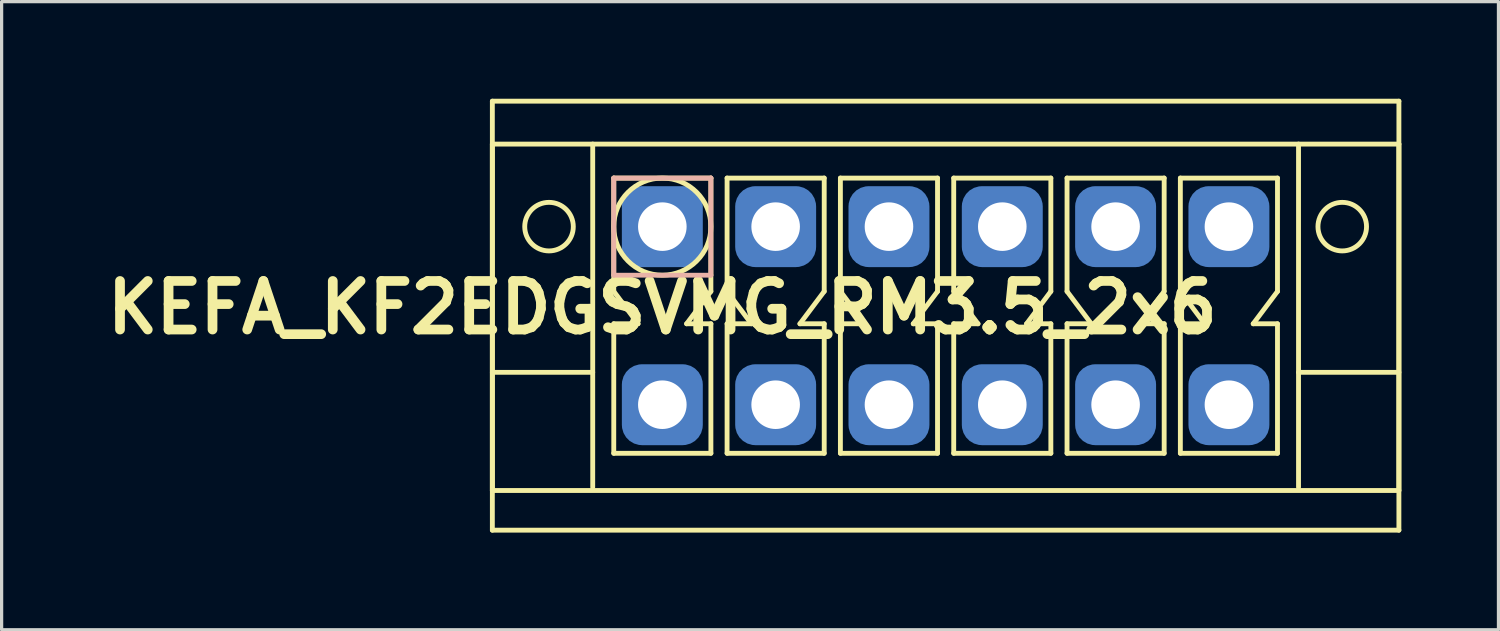
<source format=kicad_pcb>
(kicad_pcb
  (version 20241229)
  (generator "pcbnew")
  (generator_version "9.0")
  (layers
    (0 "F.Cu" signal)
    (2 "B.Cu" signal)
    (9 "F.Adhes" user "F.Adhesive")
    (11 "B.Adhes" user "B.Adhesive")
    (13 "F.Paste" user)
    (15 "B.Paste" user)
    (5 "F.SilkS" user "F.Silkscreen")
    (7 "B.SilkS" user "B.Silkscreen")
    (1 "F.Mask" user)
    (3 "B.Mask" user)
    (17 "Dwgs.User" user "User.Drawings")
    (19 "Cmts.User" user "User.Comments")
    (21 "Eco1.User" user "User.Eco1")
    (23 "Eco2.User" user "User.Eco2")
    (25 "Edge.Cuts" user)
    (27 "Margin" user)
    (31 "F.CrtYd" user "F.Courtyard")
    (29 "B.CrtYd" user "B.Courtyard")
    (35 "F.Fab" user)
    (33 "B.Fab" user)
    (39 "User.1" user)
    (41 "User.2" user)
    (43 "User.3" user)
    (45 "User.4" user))
  (footprint "KEFA_KF2EDGSVMG_RM3.5_2x6"
    (layer "F.Cu")
    (at 17.407 3.95)
    (property "Reference" "KEFA_KF2EDGSVMG_RM3.5_2x6" (at 0 2.5 0) (layer "F.SilkS") (effects (font (size 1.5 1.5) (thickness 0.3))))
    (attr through_hole)
    (fp_line (start -5.25 -3.875) (end 22.75 -3.875) (stroke (width 0.15) (type solid)) (layer "F.SilkS"))
    (fp_line (start -5.25 -2.55) (end 22.75 -2.55) (stroke (width 0.15) (type solid)) (layer "F.SilkS"))
    (fp_line (start -5.25 4.5) (end -2.15 4.5) (stroke (width 0.15) (type solid)) (layer "F.SilkS"))
    (fp_line (start -5.25 8.15) (end -5.25 -2.55) (stroke (width 0.15) (type solid)) (layer "F.SilkS"))
    (fp_line (start -5.25 9.375) (end -5.25 -3.875) (stroke (width 0.15) (type solid)) (layer "F.SilkS"))
    (fp_line (start -2.15 -2.55) (end -2.15 8.05) (stroke (width 0.15) (type solid)) (layer "F.SilkS"))
    (fp_line (start -1.5 -1.5) (end -1.5 2) (stroke (width 0.15) (type solid)) (layer "F.SilkS"))
    (fp_line (start -1.5 -1.5) (end 1.5 -1.5) (stroke (width 0.15) (type solid)) (layer "F.SilkS"))
    (fp_line (start -1.5 2) (end -0.75 3) (stroke (width 0.15) (type solid)) (layer "F.SilkS"))
    (fp_line (start -1.5 3) (end -1.5 7) (stroke (width 0.15) (type solid)) (layer "F.SilkS"))
    (fp_line (start -1.5 7) (end 1.5 7) (stroke (width 0.15) (type solid)) (layer "F.SilkS"))
    (fp_line (start -0.75 3) (end -1.5 3) (stroke (width 0.15) (type solid)) (layer "F.SilkS"))
    (fp_line (start 0.75 3) (end 1.5 3) (stroke (width 0.15) (type solid)) (layer "F.SilkS"))
    (fp_line (start 1.5 -1.5) (end 1.5 2) (stroke (width 0.15) (type solid)) (layer "F.SilkS"))
    (fp_line (start 1.5 2) (end 0.75 3) (stroke (width 0.15) (type solid)) (layer "F.SilkS"))
    (fp_line (start 1.5 3) (end 1.5 7) (stroke (width 0.15) (type solid)) (layer "F.SilkS"))
    (fp_line (start 2 -1.5) (end 2 2) (stroke (width 0.15) (type solid)) (layer "F.SilkS"))
    (fp_line (start 2 -1.5) (end 5 -1.5) (stroke (width 0.15) (type solid)) (layer "F.SilkS"))
    (fp_line (start 2 2) (end 2.75 3) (stroke (width 0.15) (type solid)) (layer "F.SilkS"))
    (fp_line (start 2 3) (end 2 7) (stroke (width 0.15) (type solid)) (layer "F.SilkS"))
    (fp_line (start 2 7) (end 5 7) (stroke (width 0.15) (type solid)) (layer "F.SilkS"))
    (fp_line (start 2.75 3) (end 2 3) (stroke (width 0.15) (type solid)) (layer "F.SilkS"))
    (fp_line (start 4.25 3) (end 5 3) (stroke (width 0.15) (type solid)) (layer "F.SilkS"))
    (fp_line (start 5 -1.5) (end 5 2) (stroke (width 0.15) (type solid)) (layer "F.SilkS"))
    (fp_line (start 5 2) (end 4.25 3) (stroke (width 0.15) (type solid)) (layer "F.SilkS"))
    (fp_line (start 5 3) (end 5 7) (stroke (width 0.15) (type solid)) (layer "F.SilkS"))
    (fp_line (start 5.5 -1.5) (end 5.5 2) (stroke (width 0.15) (type solid)) (layer "F.SilkS"))
    (fp_line (start 5.5 -1.5) (end 8.5 -1.5) (stroke (width 0.15) (type solid)) (layer "F.SilkS"))
    (fp_line (start 5.5 2) (end 6.25 3) (stroke (width 0.15) (type solid)) (layer "F.SilkS"))
    (fp_line (start 5.5 3) (end 5.5 7) (stroke (width 0.15) (type solid)) (layer "F.SilkS"))
    (fp_line (start 5.5 7) (end 8.5 7) (stroke (width 0.15) (type solid)) (layer "F.SilkS"))
    (fp_line (start 6.25 3) (end 5.5 3) (stroke (width 0.15) (type solid)) (layer "F.SilkS"))
    (fp_line (start 7.75 3) (end 8.5 3) (stroke (width 0.15) (type solid)) (layer "F.SilkS"))
    (fp_line (start 8.5 -1.5) (end 8.5 2) (stroke (width 0.15) (type solid)) (layer "F.SilkS"))
    (fp_line (start 8.5 2) (end 7.75 3) (stroke (width 0.15) (type solid)) (layer "F.SilkS"))
    (fp_line (start 8.5 3) (end 8.5 7) (stroke (width 0.15) (type solid)) (layer "F.SilkS"))
    (fp_line (start 9 -1.5) (end 9 2) (stroke (width 0.15) (type solid)) (layer "F.SilkS"))
    (fp_line (start 9 -1.5) (end 12 -1.5) (stroke (width 0.15) (type solid)) (layer "F.SilkS"))
    (fp_line (start 9 2) (end 9.75 3) (stroke (width 0.15) (type solid)) (layer "F.SilkS"))
    (fp_line (start 9 3) (end 9 7) (stroke (width 0.15) (type solid)) (layer "F.SilkS"))
    (fp_line (start 9 7) (end 12 7) (stroke (width 0.15) (type solid)) (layer "F.SilkS"))
    (fp_line (start 9.75 3) (end 9 3) (stroke (width 0.15) (type solid)) (layer "F.SilkS"))
    (fp_line (start 11.25 3) (end 12 3) (stroke (width 0.15) (type solid)) (layer "F.SilkS"))
    (fp_line (start 12 -1.5) (end 12 2) (stroke (width 0.15) (type solid)) (layer "F.SilkS"))
    (fp_line (start 12 2) (end 11.25 3) (stroke (width 0.15) (type solid)) (layer "F.SilkS"))
    (fp_line (start 12 3) (end 12 7) (stroke (width 0.15) (type solid)) (layer "F.SilkS"))
    (fp_line (start 12.5 -1.5) (end 12.5 2) (stroke (width 0.15) (type solid)) (layer "F.SilkS"))
    (fp_line (start 12.5 -1.5) (end 15.5 -1.5) (stroke (width 0.15) (type solid)) (layer "F.SilkS"))
    (fp_line (start 12.5 2) (end 13.25 3) (stroke (width 0.15) (type solid)) (layer "F.SilkS"))
    (fp_line (start 12.5 3) (end 12.5 7) (stroke (width 0.15) (type solid)) (layer "F.SilkS"))
    (fp_line (start 12.5 7) (end 15.5 7) (stroke (width 0.15) (type solid)) (layer "F.SilkS"))
    (fp_line (start 13.25 3) (end 12.5 3) (stroke (width 0.15) (type solid)) (layer "F.SilkS"))
    (fp_line (start 14.75 3) (end 15.5 3) (stroke (width 0.15) (type solid)) (layer "F.SilkS"))
    (fp_line (start 15.5 -1.5) (end 15.5 2) (stroke (width 0.15) (type solid)) (layer "F.SilkS"))
    (fp_line (start 15.5 2) (end 14.75 3) (stroke (width 0.15) (type solid)) (layer "F.SilkS"))
    (fp_line (start 15.5 3) (end 15.5 7) (stroke (width 0.15) (type solid)) (layer "F.SilkS"))
    (fp_line (start 16 -1.5) (end 16 2) (stroke (width 0.15) (type solid)) (layer "F.SilkS"))
    (fp_line (start 16 -1.5) (end 19 -1.5) (stroke (width 0.15) (type solid)) (layer "F.SilkS"))
    (fp_line (start 16 2) (end 16.75 3) (stroke (width 0.15) (type solid)) (layer "F.SilkS"))
    (fp_line (start 16 3) (end 16 7) (stroke (width 0.15) (type solid)) (layer "F.SilkS"))
    (fp_line (start 16 7) (end 19 7) (stroke (width 0.15) (type solid)) (layer "F.SilkS"))
    (fp_line (start 16.75 3) (end 16 3) (stroke (width 0.15) (type solid)) (layer "F.SilkS"))
    (fp_line (start 18.25 3) (end 19 3) (stroke (width 0.15) (type solid)) (layer "F.SilkS"))
    (fp_line (start 19 -1.5) (end 19 2) (stroke (width 0.15) (type solid)) (layer "F.SilkS"))
    (fp_line (start 19 2) (end 18.25 3) (stroke (width 0.15) (type solid)) (layer "F.SilkS"))
    (fp_line (start 19 3) (end 19 7) (stroke (width 0.15) (type solid)) (layer "F.SilkS"))
    (fp_line (start 19.65 -2.55) (end 19.65 8.05) (stroke (width 0.15) (type solid)) (layer "F.SilkS"))
    (fp_line (start 22.75 -3.875) (end 22.75 9.375) (stroke (width 0.15) (type solid)) (layer "F.SilkS"))
    (fp_line (start 22.75 -2.55) (end 22.75 8.15) (stroke (width 0.15) (type solid)) (layer "F.SilkS"))
    (fp_line (start 22.75 4.5) (end 19.65 4.5) (stroke (width 0.15) (type solid)) (layer "F.SilkS"))
    (fp_line (start 22.75 8.15) (end -5.25 8.15) (stroke (width 0.15) (type solid)) (layer "F.SilkS"))
    (fp_line (start 22.75 9.375) (end -5.25 9.375) (stroke (width 0.15) (type solid)) (layer "F.SilkS"))
    (fp_circle (center -3.5 0) (end -2.75 0) (stroke (width 0.15) (type solid)) (fill no) (layer "F.SilkS"))
    (fp_circle (center 0 0) (end 1.5 0) (stroke (width 0.15) (type solid)) (fill no) (layer "F.SilkS"))
    (fp_circle (center 21 0) (end 20.25 0) (stroke (width 0.15) (type solid)) (fill no) (layer "F.SilkS"))
    (fp_line (start -1.5 -1.5) (end 1.5 -1.5) (stroke (width 0.15) (type solid)) (layer "B.SilkS"))
    (fp_line (start -1.5 1.5) (end -1.5 -1.5) (stroke (width 0.15) (type solid)) (layer "B.SilkS"))
    (fp_line (start 1.5 -1.5) (end 1.5 1.5) (stroke (width 0.15) (type solid)) (layer "B.SilkS"))
    (fp_line (start 1.5 1.5) (end -1.5 1.5) (stroke (width 0.15) (type solid)) (layer "B.SilkS"))
    (pad "1" thru_hole circle (at 0 0) (size 1.8 1.8) (drill 1.5) (layers "*.Cu" "*.Mask"))
    (pad "1" smd roundrect (at 0 0) (size 2.5 2.5) (layers "B.Cu" "B.Mask") (roundrect_rratio 0.25))
    (pad "2" thru_hole circle (at 3.5 0) (size 1.8 1.8) (drill 1.5) (layers "*.Cu" "*.Mask"))
    (pad "2" smd roundrect (at 3.5 0) (size 2.5 2.5) (layers "B.Cu" "B.Mask") (roundrect_rratio 0.25))
    (pad "3" thru_hole circle (at 7 0) (size 1.8 1.8) (drill 1.5) (layers "*.Cu" "*.Mask"))
    (pad "3" smd roundrect (at 7 0) (size 2.5 2.5) (layers "B.Cu" "B.Mask") (roundrect_rratio 0.25))
    (pad "4" thru_hole circle (at 10.5 0) (size 1.8 1.8) (drill 1.5) (layers "*.Cu" "*.Mask"))
    (pad "4" smd roundrect (at 10.5 0) (size 2.5 2.5) (layers "B.Cu" "B.Mask") (roundrect_rratio 0.25))
    (pad "5" thru_hole circle (at 14 0) (size 1.8 1.8) (drill 1.5) (layers "*.Cu" "*.Mask"))
    (pad "5" smd roundrect (at 14 0) (size 2.5 2.5) (layers "B.Cu" "B.Mask") (roundrect_rratio 0.25))
    (pad "6" thru_hole circle (at 17.5 0) (size 1.8 1.8) (drill 1.5) (layers "*.Cu" "*.Mask"))
    (pad "6" smd roundrect (at 17.5 0) (size 2.5 2.5) (layers "B.Cu" "B.Mask") (roundrect_rratio 0.25))
    (pad "7" thru_hole circle (at 0 5.5) (size 1.8 1.8) (drill 1.5) (layers "*.Cu" "*.Mask"))
    (pad "7" smd roundrect (at 0 5.5) (size 2.5 2.5) (layers "B.Cu" "B.Mask") (roundrect_rratio 0.25))
    (pad "8" thru_hole circle (at 3.5 5.5) (size 1.8 1.8) (drill 1.5) (layers "*.Cu" "*.Mask"))
    (pad "8" smd roundrect (at 3.5 5.5) (size 2.5 2.5) (layers "B.Cu" "B.Mask") (roundrect_rratio 0.25))
    (pad "9" thru_hole circle (at 7 5.5) (size 1.8 1.8) (drill 1.5) (layers "*.Cu" "*.Mask"))
    (pad "9" smd roundrect (at 7 5.5) (size 2.5 2.5) (layers "B.Cu" "B.Mask") (roundrect_rratio 0.25))
    (pad "10" thru_hole circle (at 10.5 5.5) (size 1.8 1.8) (drill 1.5) (layers "*.Cu" "*.Mask"))
    (pad "10" smd roundrect (at 10.5 5.5) (size 2.5 2.5) (layers "B.Cu" "B.Mask") (roundrect_rratio 0.25))
    (pad "11" thru_hole circle (at 14 5.5) (size 1.8 1.8) (drill 1.5) (layers "*.Cu" "*.Mask"))
    (pad "11" smd roundrect (at 14 5.5) (size 2.5 2.5) (layers "B.Cu" "B.Mask") (roundrect_rratio 0.25))
    (pad "12" thru_hole circle (at 17.5 5.5) (size 1.8 1.8) (drill 1.5) (layers "*.Cu" "*.Mask"))
    (pad "12" smd roundrect (at 17.5 5.5) (size 2.5 2.5) (layers "B.Cu" "B.Mask") (roundrect_rratio 0.25)))
  (gr_rect
    (start -3 -3)
    (end 43.232 16.4)
    (stroke (width 0.1) (type default))
    (fill no)
    (layer "Edge.Cuts")))
</source>
